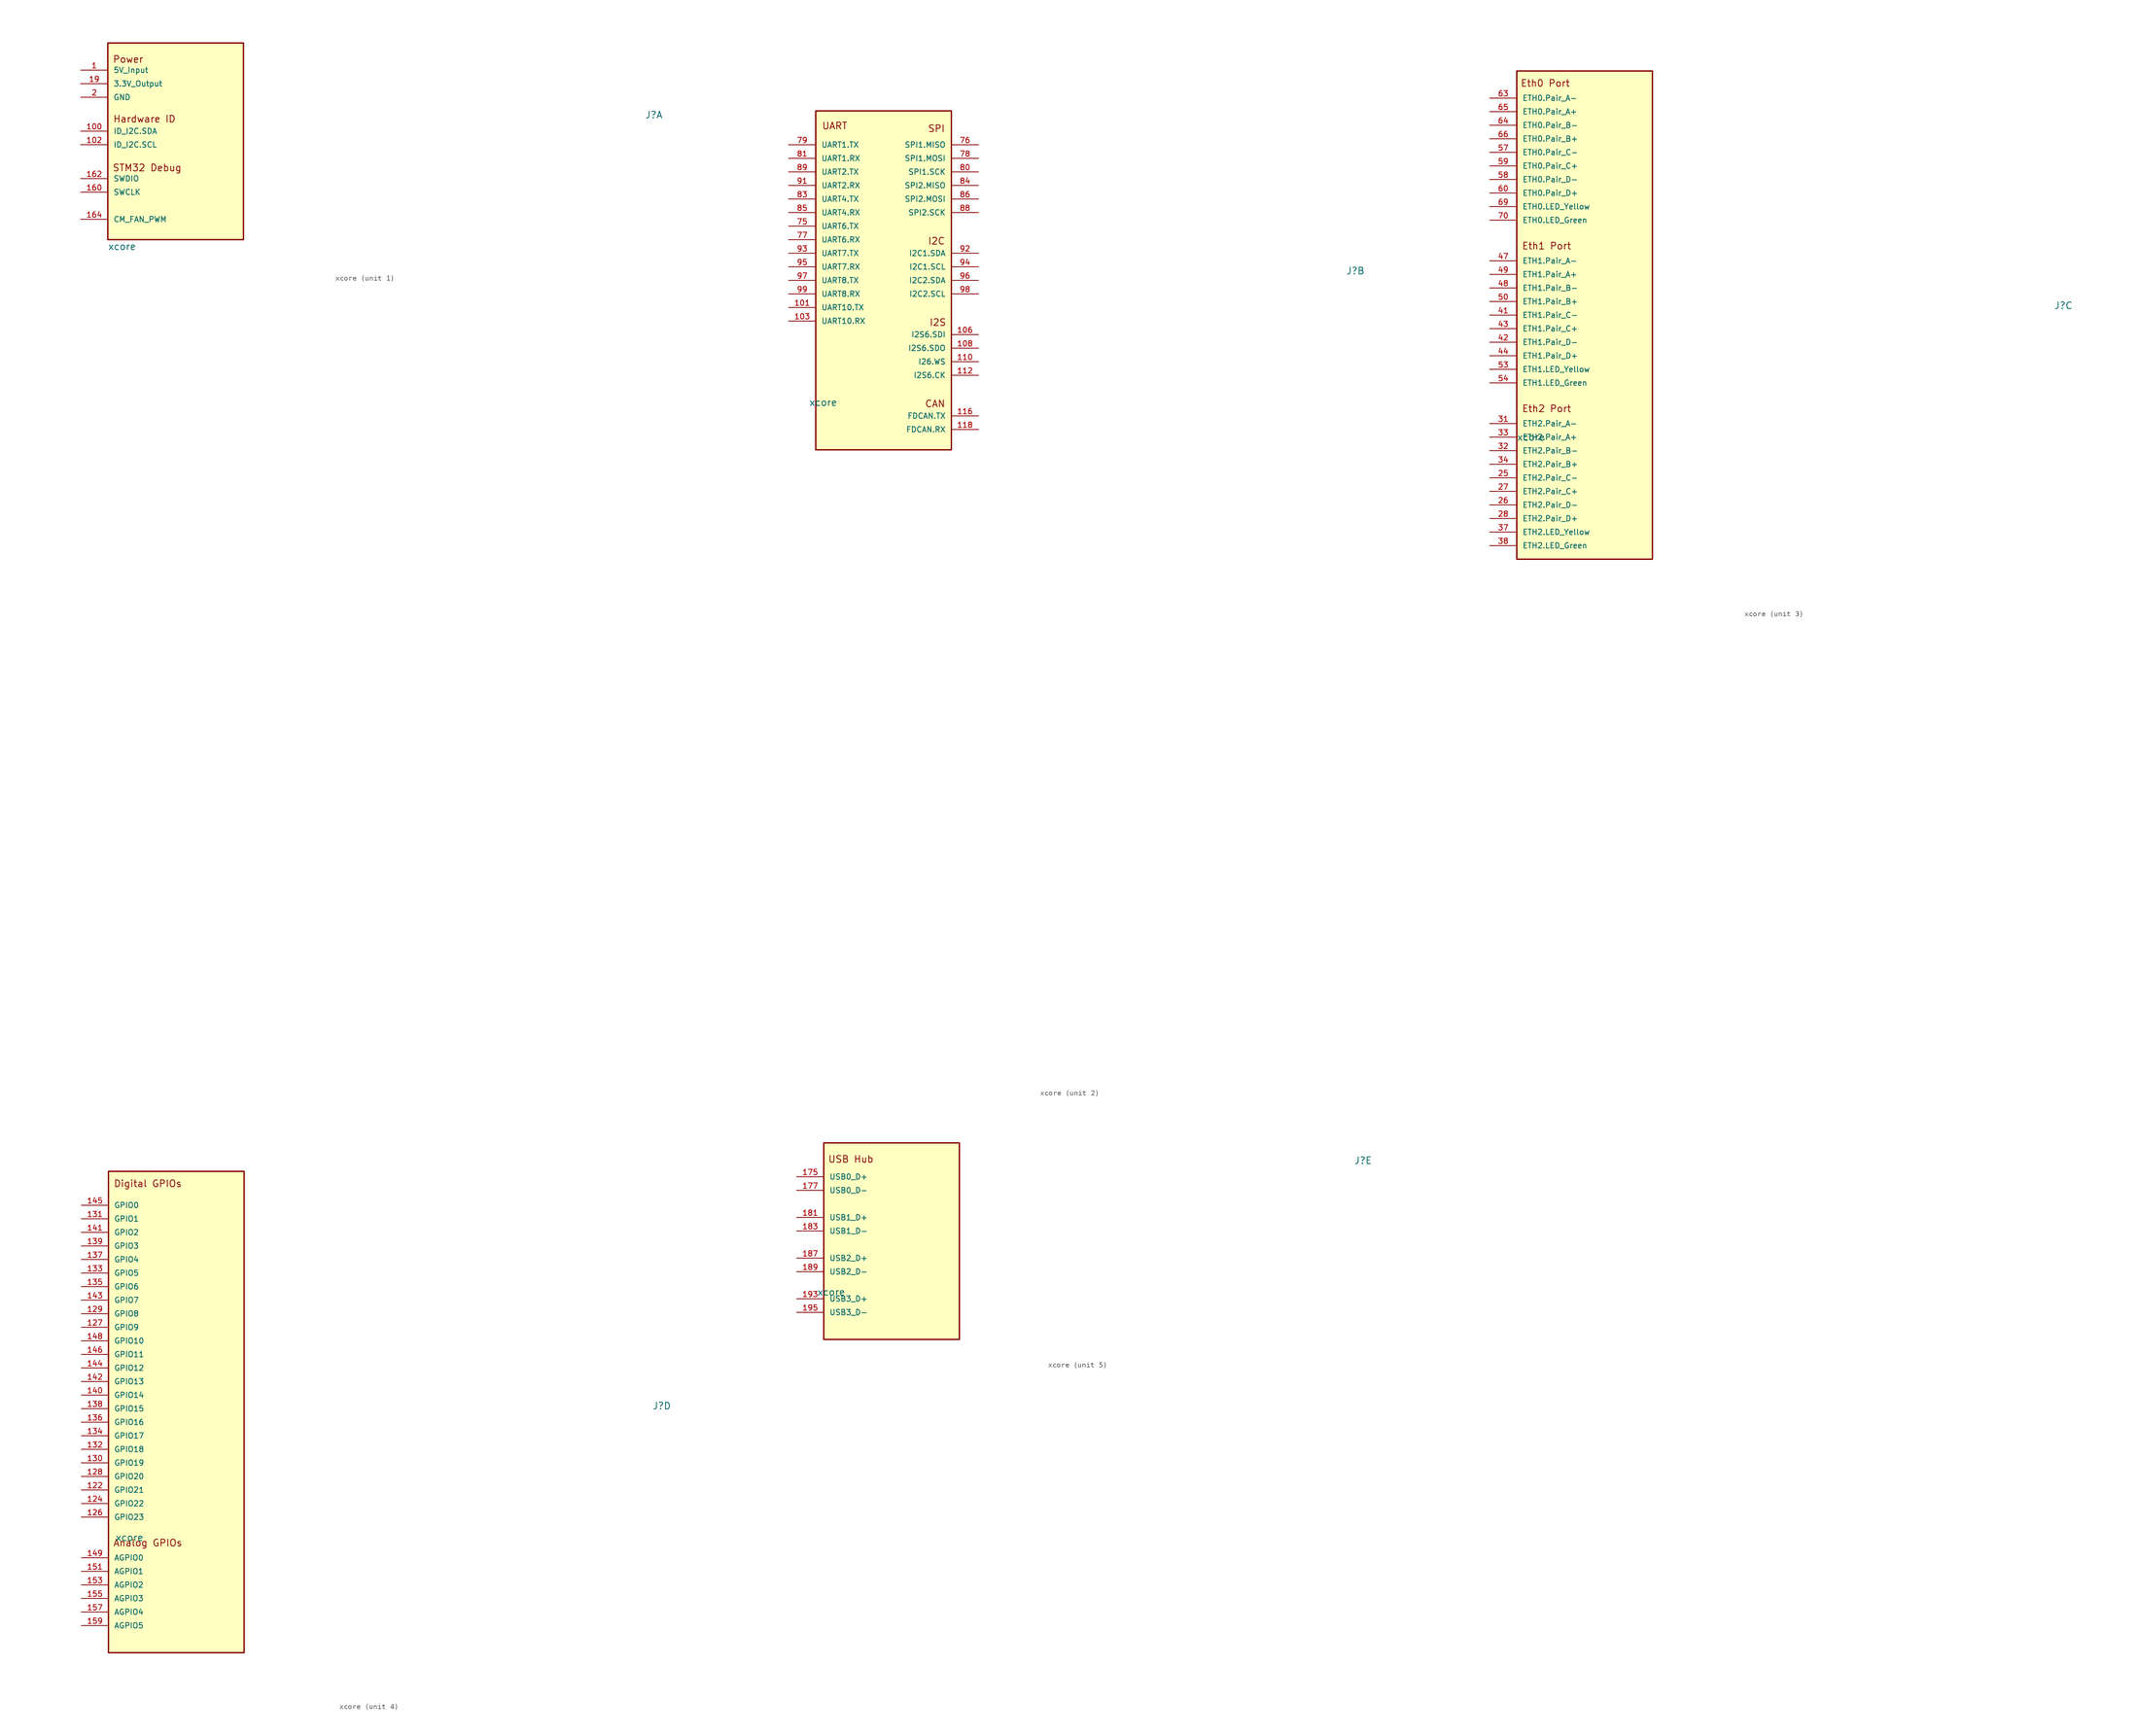
<source format=kicad_sym>
(kicad_symbol_lib
  (version 20231120)
  (generator "kicad_symbol_editor")
  (generator_version "8.0")
  (symbol "xcore"
    (pin_names
      (offset 1.016))
    (property "Reference" "J"
      (at 86.61 3.571 0)
      (effects (font (size 1.27 1.27)) (justify left bottom)))
    (property "Value" "xcore"
      (at -13.97 -21.082 0)
      (effects (font (size 1.27 1.27)) (justify left bottom)))
    (property "ki_locked" ""
      (at 0 0 0)
      (effects (font (size 1.27 1.27))))
    (symbol "xcore_1_0"
      (rectangle (start -13.97 17.78) (end 11.43 -19.05) (stroke (width 0.254) (type default)) (fill (type background)))
      (pin passive line (at -19.05 12.7 0) (length 5.08) (name "5V_Input" (effects (font (size 1.016 1.016)))) (number "1" (effects (font (size 1.016 1.016)))))
      (pin passive line (at -19.05 7.62 0) (length 5.08) hide (name "GND" (effects (font (size 1.016 1.016)))) (number "10" (effects (font (size 1.016 1.016)))))
      (pin passive line (at -19.05 1.27 0) (length 5.08) (name "ID_I2C.SDA" (effects (font (size 1.016 1.016)))) (number "100" (effects (font (size 1.016 1.016)))))
      (pin passive line (at -19.05 -1.27 0) (length 5.08) (name "ID_I2C.SCL" (effects (font (size 1.016 1.016)))) (number "102" (effects (font (size 1.016 1.016)))))
      (pin passive line (at -19.05 7.62 0) (length 5.08) hide (name "GND" (effects (font (size 1.016 1.016)))) (number "104" (effects (font (size 1.016 1.016)))))
      (pin passive line (at -19.05 12.7 0) (length 5.08) hide (name "5V_Input" (effects (font (size 1.016 1.016)))) (number "11" (effects (font (size 1.016 1.016)))))
      (pin passive line (at -19.05 7.62 0) (length 5.08) hide (name "GND" (effects (font (size 1.016 1.016)))) (number "114" (effects (font (size 1.016 1.016)))))
      (pin passive line (at -19.05 7.62 0) (length 5.08) hide (name "GND" (effects (font (size 1.016 1.016)))) (number "12" (effects (font (size 1.016 1.016)))))
      (pin passive line (at -19.05 7.62 0) (length 5.08) hide (name "GND" (effects (font (size 1.016 1.016)))) (number "120" (effects (font (size 1.016 1.016)))))
      (pin passive line (at -19.05 12.7 0) (length 5.08) hide (name "5V_Input" (effects (font (size 1.016 1.016)))) (number "13" (effects (font (size 1.016 1.016)))))
      (pin passive line (at -19.05 7.62 0) (length 5.08) hide (name "GND" (effects (font (size 1.016 1.016)))) (number "14" (effects (font (size 1.016 1.016)))))
      (pin passive line (at -19.05 7.62 0) (length 5.08) hide (name "GND" (effects (font (size 1.016 1.016)))) (number "147" (effects (font (size 1.016 1.016)))))
      (pin passive line (at -19.05 12.7 0) (length 5.08) hide (name "5V_Input" (effects (font (size 1.016 1.016)))) (number "15" (effects (font (size 1.016 1.016)))))
      (pin passive line (at -19.05 7.62 0) (length 5.08) hide (name "GND" (effects (font (size 1.016 1.016)))) (number "16" (effects (font (size 1.016 1.016)))))
      (pin passive line (at -19.05 -10.16 0) (length 5.08) (name "SWCLK" (effects (font (size 1.016 1.016)))) (number "160" (effects (font (size 1.016 1.016)))))
      (pin passive line (at -19.05 -7.62 0) (length 5.08) (name "SWDIO" (effects (font (size 1.016 1.016)))) (number "162" (effects (font (size 1.016 1.016)))))
      (pin passive line (at -19.05 -15.24 0) (length 5.08) (name "CM_FAN_PWM" (effects (font (size 1.016 1.016)))) (number "164" (effects (font (size 1.016 1.016)))))
      (pin passive line (at -19.05 7.62 0) (length 5.08) hide (name "GND" (effects (font (size 1.016 1.016)))) (number "168" (effects (font (size 1.016 1.016)))))
      (pin passive line (at -19.05 12.7 0) (length 5.08) hide (name "5V_Input" (effects (font (size 1.016 1.016)))) (number "17" (effects (font (size 1.016 1.016)))))
      (pin passive line (at -19.05 7.62 0) (length 5.08) hide (name "GND" (effects (font (size 1.016 1.016)))) (number "173" (effects (font (size 1.016 1.016)))))
      (pin passive line (at -19.05 7.62 0) (length 5.08) hide (name "GND" (effects (font (size 1.016 1.016)))) (number "174" (effects (font (size 1.016 1.016)))))
      (pin passive line (at -19.05 7.62 0) (length 5.08) hide (name "GND" (effects (font (size 1.016 1.016)))) (number "179" (effects (font (size 1.016 1.016)))))
      (pin passive line (at -19.05 7.62 0) (length 5.08) hide (name "GND" (effects (font (size 1.016 1.016)))) (number "18" (effects (font (size 1.016 1.016)))))
      (pin passive line (at -19.05 7.62 0) (length 5.08) hide (name "GND" (effects (font (size 1.016 1.016)))) (number "180" (effects (font (size 1.016 1.016)))))
      (pin passive line (at -19.05 7.62 0) (length 5.08) hide (name "GND" (effects (font (size 1.016 1.016)))) (number "185" (effects (font (size 1.016 1.016)))))
      (pin passive line (at -19.05 7.62 0) (length 5.08) hide (name "GND" (effects (font (size 1.016 1.016)))) (number "186" (effects (font (size 1.016 1.016)))))
      (pin passive line (at -19.05 10.16 0) (length 5.08) (name "3.3V_Output" (effects (font (size 1.016 1.016)))) (number "19" (effects (font (size 1.016 1.016)))))
      (pin passive line (at -19.05 7.62 0) (length 5.08) hide (name "GND" (effects (font (size 1.016 1.016)))) (number "191" (effects (font (size 1.016 1.016)))))
      (pin passive line (at -19.05 7.62 0) (length 5.08) hide (name "GND" (effects (font (size 1.016 1.016)))) (number "192" (effects (font (size 1.016 1.016)))))
      (pin passive line (at -19.05 7.62 0) (length 5.08) hide (name "GND" (effects (font (size 1.016 1.016)))) (number "197" (effects (font (size 1.016 1.016)))))
      (pin passive line (at -19.05 7.62 0) (length 5.08) hide (name "GND" (effects (font (size 1.016 1.016)))) (number "198" (effects (font (size 1.016 1.016)))))
      (pin passive line (at -19.05 7.62 0) (length 5.08) (name "GND" (effects (font (size 1.016 1.016)))) (number "2" (effects (font (size 1.016 1.016)))))
      (pin no_connect line (at 16.51 11.43 180) (length 5.08) hide (name "P20" (effects (font (size 1.016 1.016)))) (number "20" (effects (font (size 1.016 1.016)))))
      (pin passive line (at -19.05 7.62 0) (length 5.08) hide (name "GND" (effects (font (size 1.016 1.016)))) (number "203" (effects (font (size 1.016 1.016)))))
      (pin passive line (at -19.05 7.62 0) (length 5.08) hide (name "GND" (effects (font (size 1.016 1.016)))) (number "204" (effects (font (size 1.016 1.016)))))
      (pin passive line (at -19.05 10.16 0) (length 5.08) hide (name "3.3V_Output" (effects (font (size 1.016 1.016)))) (number "21" (effects (font (size 1.016 1.016)))))
      (pin no_connect line (at 16.51 8.89 180) (length 5.08) hide (name "P22" (effects (font (size 1.016 1.016)))) (number "22" (effects (font (size 1.016 1.016)))))
      (pin passive line (at -19.05 7.62 0) (length 5.08) hide (name "GND" (effects (font (size 1.016 1.016)))) (number "23" (effects (font (size 1.016 1.016)))))
      (pin passive line (at -19.05 7.62 0) (length 5.08) hide (name "GND" (effects (font (size 1.016 1.016)))) (number "24" (effects (font (size 1.016 1.016)))))
      (pin passive line (at -19.05 7.62 0) (length 5.08) hide (name "GND" (effects (font (size 1.016 1.016)))) (number "29" (effects (font (size 1.016 1.016)))))
      (pin passive line (at -19.05 12.7 0) (length 5.08) hide (name "5V_Input" (effects (font (size 1.016 1.016)))) (number "3" (effects (font (size 1.016 1.016)))))
      (pin passive line (at -19.05 7.62 0) (length 5.08) hide (name "GND" (effects (font (size 1.016 1.016)))) (number "30" (effects (font (size 1.016 1.016)))))
      (pin passive line (at -19.05 7.62 0) (length 5.08) hide (name "GND" (effects (font (size 1.016 1.016)))) (number "35" (effects (font (size 1.016 1.016)))))
      (pin passive line (at -19.05 7.62 0) (length 5.08) hide (name "GND" (effects (font (size 1.016 1.016)))) (number "36" (effects (font (size 1.016 1.016)))))
      (pin passive line (at -19.05 7.62 0) (length 5.08) hide (name "GND" (effects (font (size 1.016 1.016)))) (number "39" (effects (font (size 1.016 1.016)))))
      (pin passive line (at -19.05 7.62 0) (length 5.08) hide (name "GND" (effects (font (size 1.016 1.016)))) (number "4" (effects (font (size 1.016 1.016)))))
      (pin passive line (at -19.05 7.62 0) (length 5.08) hide (name "GND" (effects (font (size 1.016 1.016)))) (number "40" (effects (font (size 1.016 1.016)))))
      (pin passive line (at -19.05 7.62 0) (length 5.08) hide (name "GND" (effects (font (size 1.016 1.016)))) (number "45" (effects (font (size 1.016 1.016)))))
      (pin passive line (at -19.05 7.62 0) (length 5.08) hide (name "GND" (effects (font (size 1.016 1.016)))) (number "46" (effects (font (size 1.016 1.016)))))
      (pin passive line (at -19.05 12.7 0) (length 5.08) hide (name "5V_Input" (effects (font (size 1.016 1.016)))) (number "5" (effects (font (size 1.016 1.016)))))
      (pin passive line (at -19.05 7.62 0) (length 5.08) hide (name "GND" (effects (font (size 1.016 1.016)))) (number "51" (effects (font (size 1.016 1.016)))))
      (pin passive line (at -19.05 7.62 0) (length 5.08) hide (name "GND" (effects (font (size 1.016 1.016)))) (number "52" (effects (font (size 1.016 1.016)))))
      (pin passive line (at -19.05 7.62 0) (length 5.08) hide (name "GND" (effects (font (size 1.016 1.016)))) (number "55" (effects (font (size 1.016 1.016)))))
      (pin passive line (at -19.05 7.62 0) (length 5.08) hide (name "GND" (effects (font (size 1.016 1.016)))) (number "56" (effects (font (size 1.016 1.016)))))
      (pin passive line (at -19.05 7.62 0) (length 5.08) hide (name "GND" (effects (font (size 1.016 1.016)))) (number "6" (effects (font (size 1.016 1.016)))))
      (pin passive line (at -19.05 7.62 0) (length 5.08) hide (name "GND" (effects (font (size 1.016 1.016)))) (number "61" (effects (font (size 1.016 1.016)))))
      (pin passive line (at -19.05 7.62 0) (length 5.08) hide (name "GND" (effects (font (size 1.016 1.016)))) (number "62" (effects (font (size 1.016 1.016)))))
      (pin passive line (at -19.05 7.62 0) (length 5.08) hide (name "GND" (effects (font (size 1.016 1.016)))) (number "67" (effects (font (size 1.016 1.016)))))
      (pin passive line (at -19.05 7.62 0) (length 5.08) hide (name "GND" (effects (font (size 1.016 1.016)))) (number "68" (effects (font (size 1.016 1.016)))))
      (pin passive line (at -19.05 12.7 0) (length 5.08) hide (name "5V_Input" (effects (font (size 1.016 1.016)))) (number "7" (effects (font (size 1.016 1.016)))))
      (pin passive line (at -19.05 7.62 0) (length 5.08) hide (name "GND" (effects (font (size 1.016 1.016)))) (number "71" (effects (font (size 1.016 1.016)))))
      (pin passive line (at -19.05 7.62 0) (length 5.08) hide (name "GND" (effects (font (size 1.016 1.016)))) (number "72" (effects (font (size 1.016 1.016)))))
      (pin passive line (at -19.05 7.62 0) (length 5.08) hide (name "GND" (effects (font (size 1.016 1.016)))) (number "73" (effects (font (size 1.016 1.016)))))
      (pin passive line (at -19.05 7.62 0) (length 5.08) hide (name "GND" (effects (font (size 1.016 1.016)))) (number "74" (effects (font (size 1.016 1.016)))))
      (pin passive line (at -19.05 7.62 0) (length 5.08) hide (name "GND" (effects (font (size 1.016 1.016)))) (number "8" (effects (font (size 1.016 1.016)))))
      (pin passive line (at -19.05 7.62 0) (length 5.08) hide (name "GND" (effects (font (size 1.016 1.016)))) (number "82" (effects (font (size 1.016 1.016)))))
      (pin passive line (at -19.05 7.62 0) (length 5.08) hide (name "GND" (effects (font (size 1.016 1.016)))) (number "87" (effects (font (size 1.016 1.016)))))
      (pin passive line (at -19.05 12.7 0) (length 5.08) hide (name "5V_Input" (effects (font (size 1.016 1.016)))) (number "9" (effects (font (size 1.016 1.016)))))
      (pin passive line (at -19.05 7.62 0) (length 5.08) hide (name "GND" (effects (font (size 1.016 1.016)))) (number "90" (effects (font (size 1.016 1.016)))))
      (pin passive line (at -19.05 7.62 0) (length 5.08) hide (name "GND" (effects (font (size 1.016 1.016)))) (number "SH1" (effects (font (size 1.016 1.016)))))
      (pin passive line (at -19.05 7.62 0) (length 5.08) hide (name "GND" (effects (font (size 1.016 1.016)))) (number "SH2" (effects (font (size 1.016 1.016))))))
    (symbol "xcore_1_1"
      (text "Hardware ID" (at -7.112 3.556 0) (effects (font (size 1.27 1.27))))
      (text "Power" (at -10.16 14.732 0) (effects (font (size 1.27 1.27))))
      (text "STM32 Debug" (at -6.604 -5.588 0) (effects (font (size 1.27 1.27)))))
    (symbol "xcore_2_0"
      (rectangle (start -12.7 34.29) (end 12.7 -29.21) (stroke (width 0.254) (type default)) (fill (type background)))
      (pin passive line (at -17.78 -2.54 0) (length 5.08) (name "UART10.TX" (effects (font (size 1.016 1.016)))) (number "101" (effects (font (size 1.016 1.016)))))
      (pin passive line (at -17.78 -5.08 0) (length 5.08) (name "UART10.RX" (effects (font (size 1.016 1.016)))) (number "103" (effects (font (size 1.016 1.016)))))
      (pin no_connect line (at -1.27 -39.37 0) (length 5.08) hide (name "P105" (effects (font (size 1.016 1.016)))) (number "105" (effects (font (size 1.016 1.016)))))
      (pin passive line (at 17.78 -7.62 180) (length 5.08) (name "I2S6.SDI" (effects (font (size 1.016 1.016)))) (number "106" (effects (font (size 1.016 1.016)))))
      (pin no_connect line (at -1.27 -41.91 0) (length 5.08) hide (name "P107" (effects (font (size 1.016 1.016)))) (number "107" (effects (font (size 1.016 1.016)))))
      (pin passive line (at 17.78 -10.16 180) (length 5.08) (name "I2S6.SDO" (effects (font (size 1.016 1.016)))) (number "108" (effects (font (size 1.016 1.016)))))
      (pin no_connect line (at -1.27 -44.45 0) (length 5.08) hide (name "P109" (effects (font (size 1.016 1.016)))) (number "109" (effects (font (size 1.016 1.016)))))
      (pin passive line (at 17.78 -12.7 180) (length 5.08) (name "I26.WS" (effects (font (size 1.016 1.016)))) (number "110" (effects (font (size 1.016 1.016)))))
      (pin no_connect line (at -1.27 -46.99 0) (length 5.08) hide (name "P111" (effects (font (size 1.016 1.016)))) (number "111" (effects (font (size 1.016 1.016)))))
      (pin passive line (at 17.78 -15.24 180) (length 5.08) (name "I2S6.CK" (effects (font (size 1.016 1.016)))) (number "112" (effects (font (size 1.016 1.016)))))
      (pin no_connect line (at -1.27 -49.53 0) (length 5.08) hide (name "P113" (effects (font (size 1.016 1.016)))) (number "113" (effects (font (size 1.016 1.016)))))
      (pin no_connect line (at -1.27 -52.07 0) (length 5.08) hide (name "P115" (effects (font (size 1.016 1.016)))) (number "115" (effects (font (size 1.016 1.016)))))
      (pin passive line (at 17.78 -22.86 180) (length 5.08) (name "FDCAN.TX" (effects (font (size 1.016 1.016)))) (number "116" (effects (font (size 1.016 1.016)))))
      (pin no_connect line (at -1.27 -54.61 0) (length 5.08) hide (name "P117" (effects (font (size 1.016 1.016)))) (number "117" (effects (font (size 1.016 1.016)))))
      (pin passive line (at 17.78 -25.4 180) (length 5.08) (name "FDCAN.RX" (effects (font (size 1.016 1.016)))) (number "118" (effects (font (size 1.016 1.016)))))
      (pin no_connect line (at -1.27 -57.15 0) (length 5.08) hide (name "P119" (effects (font (size 1.016 1.016)))) (number "119" (effects (font (size 1.016 1.016)))))
      (pin no_connect line (at -1.27 -59.69 0) (length 5.08) hide (name "P121" (effects (font (size 1.016 1.016)))) (number "121" (effects (font (size 1.016 1.016)))))
      (pin no_connect line (at -1.27 -62.23 0) (length 5.08) hide (name "P123" (effects (font (size 1.016 1.016)))) (number "123" (effects (font (size 1.016 1.016)))))
      (pin no_connect line (at -1.27 -64.77 0) (length 5.08) hide (name "P125" (effects (font (size 1.016 1.016)))) (number "125" (effects (font (size 1.016 1.016)))))
      (pin no_connect line (at -1.27 -67.31 0) (length 5.08) hide (name "P150" (effects (font (size 1.016 1.016)))) (number "150" (effects (font (size 1.016 1.016)))))
      (pin no_connect line (at -1.27 -69.85 0) (length 5.08) hide (name "P152" (effects (font (size 1.016 1.016)))) (number "152" (effects (font (size 1.016 1.016)))))
      (pin no_connect line (at -1.27 -72.39 0) (length 5.08) hide (name "P154" (effects (font (size 1.016 1.016)))) (number "154" (effects (font (size 1.016 1.016)))))
      (pin no_connect line (at -1.27 -74.93 0) (length 5.08) hide (name "P156" (effects (font (size 1.016 1.016)))) (number "156" (effects (font (size 1.016 1.016)))))
      (pin no_connect line (at -1.27 -77.47 0) (length 5.08) hide (name "P158" (effects (font (size 1.016 1.016)))) (number "158" (effects (font (size 1.016 1.016)))))
      (pin no_connect line (at -1.27 -86.36 0) (length 5.08) hide (name "P161" (effects (font (size 1.016 1.016)))) (number "161" (effects (font (size 1.016 1.016)))))
      (pin no_connect line (at -1.27 -88.9 0) (length 5.08) hide (name "P163" (effects (font (size 1.016 1.016)))) (number "163" (effects (font (size 1.016 1.016)))))
      (pin no_connect line (at -1.27 -91.44 0) (length 5.08) hide (name "P165" (effects (font (size 1.016 1.016)))) (number "165" (effects (font (size 1.016 1.016)))))
      (pin no_connect line (at -1.27 -101.6 0) (length 5.08) hide (name "P166" (effects (font (size 1.016 1.016)))) (number "166" (effects (font (size 1.016 1.016)))))
      (pin no_connect line (at -1.27 -93.98 0) (length 5.08) hide (name "P167" (effects (font (size 1.016 1.016)))) (number "167" (effects (font (size 1.016 1.016)))))
      (pin no_connect line (at -1.27 -96.52 0) (length 5.08) hide (name "P169" (effects (font (size 1.016 1.016)))) (number "169" (effects (font (size 1.016 1.016)))))
      (pin no_connect line (at -1.27 -104.14 0) (length 5.08) hide (name "P170" (effects (font (size 1.016 1.016)))) (number "170" (effects (font (size 1.016 1.016)))))
      (pin no_connect line (at -1.27 -99.06 0) (length 5.08) hide (name "P171" (effects (font (size 1.016 1.016)))) (number "171" (effects (font (size 1.016 1.016)))))
      (pin no_connect line (at -1.27 -106.68 0) (length 5.08) hide (name "P172" (effects (font (size 1.016 1.016)))) (number "172" (effects (font (size 1.016 1.016)))))
      (pin no_connect line (at -1.27 -109.22 0) (length 5.08) hide (name "P176" (effects (font (size 1.016 1.016)))) (number "176" (effects (font (size 1.016 1.016)))))
      (pin no_connect line (at -1.27 -111.76 0) (length 5.08) hide (name "P178" (effects (font (size 1.016 1.016)))) (number "178" (effects (font (size 1.016 1.016)))))
      (pin no_connect line (at -1.27 -114.3 0) (length 5.08) hide (name "P182" (effects (font (size 1.016 1.016)))) (number "182" (effects (font (size 1.016 1.016)))))
      (pin no_connect line (at -1.27 -116.84 0) (length 5.08) hide (name "P184" (effects (font (size 1.016 1.016)))) (number "184" (effects (font (size 1.016 1.016)))))
      (pin no_connect line (at -1.27 -119.38 0) (length 5.08) hide (name "P188" (effects (font (size 1.016 1.016)))) (number "188" (effects (font (size 1.016 1.016)))))
      (pin no_connect line (at -1.27 -121.92 0) (length 5.08) hide (name "P190" (effects (font (size 1.016 1.016)))) (number "190" (effects (font (size 1.016 1.016)))))
      (pin no_connect line (at -1.27 -124.46 0) (length 5.08) hide (name "P194" (effects (font (size 1.016 1.016)))) (number "194" (effects (font (size 1.016 1.016)))))
      (pin no_connect line (at -1.27 -127 0) (length 5.08) hide (name "P196" (effects (font (size 1.016 1.016)))) (number "196" (effects (font (size 1.016 1.016)))))
      (pin no_connect line (at -1.27 -80.01 0) (length 5.08) hide (name "P199" (effects (font (size 1.016 1.016)))) (number "199" (effects (font (size 1.016 1.016)))))
      (pin no_connect line (at -1.27 -129.54 0) (length 5.08) hide (name "P200" (effects (font (size 1.016 1.016)))) (number "200" (effects (font (size 1.016 1.016)))))
      (pin no_connect line (at -1.27 -82.55 0) (length 5.08) hide (name "P201" (effects (font (size 1.016 1.016)))) (number "201" (effects (font (size 1.016 1.016)))))
      (pin no_connect line (at -1.27 -132.08 0) (length 5.08) hide (name "P202" (effects (font (size 1.016 1.016)))) (number "202" (effects (font (size 1.016 1.016)))))
      (pin passive line (at -17.78 12.7 0) (length 5.08) (name "UART6.TX" (effects (font (size 1.016 1.016)))) (number "75" (effects (font (size 1.016 1.016)))))
      (pin passive line (at 17.78 27.94 180) (length 5.08) (name "SPI1.MISO" (effects (font (size 1.016 1.016)))) (number "76" (effects (font (size 1.016 1.016)))))
      (pin passive line (at -17.78 10.16 0) (length 5.08) (name "UART6.RX" (effects (font (size 1.016 1.016)))) (number "77" (effects (font (size 1.016 1.016)))))
      (pin passive line (at 17.78 25.4 180) (length 5.08) (name "SPI1.MOSI" (effects (font (size 1.016 1.016)))) (number "78" (effects (font (size 1.016 1.016)))))
      (pin passive line (at -17.78 27.94 0) (length 5.08) (name "UART1.TX" (effects (font (size 1.016 1.016)))) (number "79" (effects (font (size 1.016 1.016)))))
      (pin passive line (at 17.78 22.86 180) (length 5.08) (name "SPI1.SCK" (effects (font (size 1.016 1.016)))) (number "80" (effects (font (size 1.016 1.016)))))
      (pin passive line (at -17.78 25.4 0) (length 5.08) (name "UART1.RX" (effects (font (size 1.016 1.016)))) (number "81" (effects (font (size 1.016 1.016)))))
      (pin passive line (at -17.78 17.78 0) (length 5.08) (name "UART4.TX" (effects (font (size 1.016 1.016)))) (number "83" (effects (font (size 1.016 1.016)))))
      (pin passive line (at 17.78 20.32 180) (length 5.08) (name "SPI2.MISO" (effects (font (size 1.016 1.016)))) (number "84" (effects (font (size 1.016 1.016)))))
      (pin passive line (at -17.78 15.24 0) (length 5.08) (name "UART4.RX" (effects (font (size 1.016 1.016)))) (number "85" (effects (font (size 1.016 1.016)))))
      (pin passive line (at 17.78 17.78 180) (length 5.08) (name "SPI2.MOSI" (effects (font (size 1.016 1.016)))) (number "86" (effects (font (size 1.016 1.016)))))
      (pin passive line (at 17.78 15.24 180) (length 5.08) (name "SPI2.SCK" (effects (font (size 1.016 1.016)))) (number "88" (effects (font (size 1.016 1.016)))))
      (pin passive line (at -17.78 22.86 0) (length 5.08) (name "UART2.TX" (effects (font (size 1.016 1.016)))) (number "89" (effects (font (size 1.016 1.016)))))
      (pin passive line (at -17.78 20.32 0) (length 5.08) (name "UART2.RX" (effects (font (size 1.016 1.016)))) (number "91" (effects (font (size 1.016 1.016)))))
      (pin passive line (at 17.78 7.62 180) (length 5.08) (name "I2C1.SDA" (effects (font (size 1.016 1.016)))) (number "92" (effects (font (size 1.016 1.016)))))
      (pin passive line (at -17.78 7.62 0) (length 5.08) (name "UART7.TX" (effects (font (size 1.016 1.016)))) (number "93" (effects (font (size 1.016 1.016)))))
      (pin passive line (at 17.78 5.08 180) (length 5.08) (name "I2C1.SCL" (effects (font (size 1.016 1.016)))) (number "94" (effects (font (size 1.016 1.016)))))
      (pin passive line (at -17.78 5.08 0) (length 5.08) (name "UART7.RX" (effects (font (size 1.016 1.016)))) (number "95" (effects (font (size 1.016 1.016)))))
      (pin passive line (at 17.78 2.54 180) (length 5.08) (name "I2C2.SDA" (effects (font (size 1.016 1.016)))) (number "96" (effects (font (size 1.016 1.016)))))
      (pin passive line (at -17.78 2.54 0) (length 5.08) (name "UART8.TX" (effects (font (size 1.016 1.016)))) (number "97" (effects (font (size 1.016 1.016)))))
      (pin passive line (at 17.78 0 180) (length 5.08) (name "I2C2.SCL" (effects (font (size 1.016 1.016)))) (number "98" (effects (font (size 1.016 1.016)))))
      (pin passive line (at -17.78 0 0) (length 5.08) (name "UART8.RX" (effects (font (size 1.016 1.016)))) (number "99" (effects (font (size 1.016 1.016))))))
    (symbol "xcore_2_1"
      (text "CAN" (at 9.652 -20.574 0) (effects (font (size 1.27 1.27))))
      (text "I2C" (at 9.906 9.906 0) (effects (font (size 1.27 1.27))))
      (text "I2S" (at 10.16 -5.334 0) (effects (font (size 1.27 1.27))))
      (text "SPI" (at 9.906 30.988 0) (effects (font (size 1.27 1.27))))
      (text "UART" (at -9.144 31.496 0) (effects (font (size 1.27 1.27)))))
    (symbol "xcore_3_0"
      (rectangle (start -13.97 48.26) (end 11.43 -43.18) (stroke (width 0.254) (type default)) (fill (type background)))
      (pin passive line (at -19.05 -27.94 0) (length 5.08) (name "ETH2.Pair_C-" (effects (font (size 1.016 1.016)))) (number "25" (effects (font (size 1.016 1.016)))))
      (pin passive line (at -19.05 -33.02 0) (length 5.08) (name "ETH2.Pair_D-" (effects (font (size 1.016 1.016)))) (number "26" (effects (font (size 1.016 1.016)))))
      (pin passive line (at -19.05 -30.48 0) (length 5.08) (name "ETH2.Pair_C+" (effects (font (size 1.016 1.016)))) (number "27" (effects (font (size 1.016 1.016)))))
      (pin passive line (at -19.05 -35.56 0) (length 5.08) (name "ETH2.Pair_D+" (effects (font (size 1.016 1.016)))) (number "28" (effects (font (size 1.016 1.016)))))
      (pin passive line (at -19.05 -17.78 0) (length 5.08) (name "ETH2.Pair_A-" (effects (font (size 1.016 1.016)))) (number "31" (effects (font (size 1.016 1.016)))))
      (pin passive line (at -19.05 -22.86 0) (length 5.08) (name "ETH2.Pair_B-" (effects (font (size 1.016 1.016)))) (number "32" (effects (font (size 1.016 1.016)))))
      (pin passive line (at -19.05 -20.32 0) (length 5.08) (name "ETH2.Pair_A+" (effects (font (size 1.016 1.016)))) (number "33" (effects (font (size 1.016 1.016)))))
      (pin passive line (at -19.05 -25.4 0) (length 5.08) (name "ETH2.Pair_B+" (effects (font (size 1.016 1.016)))) (number "34" (effects (font (size 1.016 1.016)))))
      (pin passive line (at -19.05 -38.1 0) (length 5.08) (name "ETH2.LED_Yellow" (effects (font (size 1.016 1.016)))) (number "37" (effects (font (size 1.016 1.016)))))
      (pin passive line (at -19.05 -40.64 0) (length 5.08) (name "ETH2.LED_Green" (effects (font (size 1.016 1.016)))) (number "38" (effects (font (size 1.016 1.016)))))
      (pin passive line (at -19.05 2.54 0) (length 5.08) (name "ETH1.Pair_C-" (effects (font (size 1.016 1.016)))) (number "41" (effects (font (size 1.016 1.016)))))
      (pin passive line (at -19.05 -2.54 0) (length 5.08) (name "ETH1.Pair_D-" (effects (font (size 1.016 1.016)))) (number "42" (effects (font (size 1.016 1.016)))))
      (pin passive line (at -19.05 0 0) (length 5.08) (name "ETH1.Pair_C+" (effects (font (size 1.016 1.016)))) (number "43" (effects (font (size 1.016 1.016)))))
      (pin passive line (at -19.05 -5.08 0) (length 5.08) (name "ETH1.Pair_D+" (effects (font (size 1.016 1.016)))) (number "44" (effects (font (size 1.016 1.016)))))
      (pin passive line (at -19.05 12.7 0) (length 5.08) (name "ETH1.Pair_A-" (effects (font (size 1.016 1.016)))) (number "47" (effects (font (size 1.016 1.016)))))
      (pin passive line (at -19.05 7.62 0) (length 5.08) (name "ETH1.Pair_B-" (effects (font (size 1.016 1.016)))) (number "48" (effects (font (size 1.016 1.016)))))
      (pin passive line (at -19.05 10.16 0) (length 5.08) (name "ETH1.Pair_A+" (effects (font (size 1.016 1.016)))) (number "49" (effects (font (size 1.016 1.016)))))
      (pin passive line (at -19.05 5.08 0) (length 5.08) (name "ETH1.Pair_B+" (effects (font (size 1.016 1.016)))) (number "50" (effects (font (size 1.016 1.016)))))
      (pin passive line (at -19.05 -7.62 0) (length 5.08) (name "ETH1.LED_Yellow" (effects (font (size 1.016 1.016)))) (number "53" (effects (font (size 1.016 1.016)))))
      (pin passive line (at -19.05 -10.16 0) (length 5.08) (name "ETH1.LED_Green" (effects (font (size 1.016 1.016)))) (number "54" (effects (font (size 1.016 1.016)))))
      (pin passive line (at -19.05 33.02 0) (length 5.08) (name "ETH0.Pair_C-" (effects (font (size 1.016 1.016)))) (number "57" (effects (font (size 1.016 1.016)))))
      (pin passive line (at -19.05 27.94 0) (length 5.08) (name "ETH0.Pair_D-" (effects (font (size 1.016 1.016)))) (number "58" (effects (font (size 1.016 1.016)))))
      (pin passive line (at -19.05 30.48 0) (length 5.08) (name "ETH0.Pair_C+" (effects (font (size 1.016 1.016)))) (number "59" (effects (font (size 1.016 1.016)))))
      (pin passive line (at -19.05 25.4 0) (length 5.08) (name "ETH0.Pair_D+" (effects (font (size 1.016 1.016)))) (number "60" (effects (font (size 1.016 1.016)))))
      (pin passive line (at -19.05 43.18 0) (length 5.08) (name "ETH0.Pair_A-" (effects (font (size 1.016 1.016)))) (number "63" (effects (font (size 1.016 1.016)))))
      (pin passive line (at -19.05 38.1 0) (length 5.08) (name "ETH0.Pair_B-" (effects (font (size 1.016 1.016)))) (number "64" (effects (font (size 1.016 1.016)))))
      (pin passive line (at -19.05 40.64 0) (length 5.08) (name "ETH0.Pair_A+" (effects (font (size 1.016 1.016)))) (number "65" (effects (font (size 1.016 1.016)))))
      (pin passive line (at -19.05 35.56 0) (length 5.08) (name "ETH0.Pair_B+" (effects (font (size 1.016 1.016)))) (number "66" (effects (font (size 1.016 1.016)))))
      (pin passive line (at -19.05 22.86 0) (length 5.08) (name "ETH0.LED_Yellow" (effects (font (size 1.016 1.016)))) (number "69" (effects (font (size 1.016 1.016)))))
      (pin passive line (at -19.05 20.32 0) (length 5.08) (name "ETH0.LED_Green" (effects (font (size 1.016 1.016)))) (number "70" (effects (font (size 1.016 1.016))))))
    (symbol "xcore_3_1"
      (text "Eth0 Port" (at -8.636 45.974 0) (effects (font (size 1.27 1.27))))
      (text "Eth1 Port" (at -8.382 15.494 0) (effects (font (size 1.27 1.27))))
      (text "Eth2 Port" (at -8.382 -14.986 0) (effects (font (size 1.27 1.27)))))
    (symbol "xcore_4_0"
      (rectangle (start -15.24 48.26) (end 10.16 -41.91) (stroke (width 0.254) (type default)) (fill (type background)))
      (pin passive line (at -20.32 -11.43 0) (length 5.08) (name "GPIO21" (effects (font (size 1.016 1.016)))) (number "122" (effects (font (size 1.016 1.016)))))
      (pin passive line (at -20.32 -13.97 0) (length 5.08) (name "GPIO22" (effects (font (size 1.016 1.016)))) (number "124" (effects (font (size 1.016 1.016)))))
      (pin passive line (at -20.32 -16.51 0) (length 5.08) (name "GPIO23" (effects (font (size 1.016 1.016)))) (number "126" (effects (font (size 1.016 1.016)))))
      (pin passive line (at -20.32 19.05 0) (length 5.08) (name "GPIO9" (effects (font (size 1.016 1.016)))) (number "127" (effects (font (size 1.016 1.016)))))
      (pin passive line (at -20.32 -8.89 0) (length 5.08) (name "GPIO20" (effects (font (size 1.016 1.016)))) (number "128" (effects (font (size 1.016 1.016)))))
      (pin passive line (at -20.32 21.59 0) (length 5.08) (name "GPIO8" (effects (font (size 1.016 1.016)))) (number "129" (effects (font (size 1.016 1.016)))))
      (pin passive line (at -20.32 -6.35 0) (length 5.08) (name "GPIO19" (effects (font (size 1.016 1.016)))) (number "130" (effects (font (size 1.016 1.016)))))
      (pin passive line (at -20.32 39.37 0) (length 5.08) (name "GPIO1" (effects (font (size 1.016 1.016)))) (number "131" (effects (font (size 1.016 1.016)))))
      (pin passive line (at -20.32 -3.81 0) (length 5.08) (name "GPIO18" (effects (font (size 1.016 1.016)))) (number "132" (effects (font (size 1.016 1.016)))))
      (pin passive line (at -20.32 29.21 0) (length 5.08) (name "GPIO5" (effects (font (size 1.016 1.016)))) (number "133" (effects (font (size 1.016 1.016)))))
      (pin passive line (at -20.32 -1.27 0) (length 5.08) (name "GPIO17" (effects (font (size 1.016 1.016)))) (number "134" (effects (font (size 1.016 1.016)))))
      (pin passive line (at -20.32 26.67 0) (length 5.08) (name "GPIO6" (effects (font (size 1.016 1.016)))) (number "135" (effects (font (size 1.016 1.016)))))
      (pin passive line (at -20.32 1.27 0) (length 5.08) (name "GPIO16" (effects (font (size 1.016 1.016)))) (number "136" (effects (font (size 1.016 1.016)))))
      (pin passive line (at -20.32 31.75 0) (length 5.08) (name "GPIO4" (effects (font (size 1.016 1.016)))) (number "137" (effects (font (size 1.016 1.016)))))
      (pin passive line (at -20.32 3.81 0) (length 5.08) (name "GPIO15" (effects (font (size 1.016 1.016)))) (number "138" (effects (font (size 1.016 1.016)))))
      (pin passive line (at -20.32 34.29 0) (length 5.08) (name "GPIO3" (effects (font (size 1.016 1.016)))) (number "139" (effects (font (size 1.016 1.016)))))
      (pin passive line (at -20.32 6.35 0) (length 5.08) (name "GPIO14" (effects (font (size 1.016 1.016)))) (number "140" (effects (font (size 1.016 1.016)))))
      (pin passive line (at -20.32 36.83 0) (length 5.08) (name "GPIO2" (effects (font (size 1.016 1.016)))) (number "141" (effects (font (size 1.016 1.016)))))
      (pin passive line (at -20.32 8.89 0) (length 5.08) (name "GPIO13" (effects (font (size 1.016 1.016)))) (number "142" (effects (font (size 1.016 1.016)))))
      (pin passive line (at -20.32 24.13 0) (length 5.08) (name "GPIO7" (effects (font (size 1.016 1.016)))) (number "143" (effects (font (size 1.016 1.016)))))
      (pin passive line (at -20.32 11.43 0) (length 5.08) (name "GPIO12" (effects (font (size 1.016 1.016)))) (number "144" (effects (font (size 1.016 1.016)))))
      (pin passive line (at -20.32 41.91 0) (length 5.08) (name "GPIO0" (effects (font (size 1.016 1.016)))) (number "145" (effects (font (size 1.016 1.016)))))
      (pin passive line (at -20.32 13.97 0) (length 5.08) (name "GPIO11" (effects (font (size 1.016 1.016)))) (number "146" (effects (font (size 1.016 1.016)))))
      (pin passive line (at -20.32 16.51 0) (length 5.08) (name "GPIO10" (effects (font (size 1.016 1.016)))) (number "148" (effects (font (size 1.016 1.016)))))
      (pin passive line (at -20.32 -24.13 0) (length 5.08) (name "AGPIO0" (effects (font (size 1.016 1.016)))) (number "149" (effects (font (size 1.016 1.016)))))
      (pin passive line (at -20.32 -26.67 0) (length 5.08) (name "AGPIO1" (effects (font (size 1.016 1.016)))) (number "151" (effects (font (size 1.016 1.016)))))
      (pin passive line (at -20.32 -29.21 0) (length 5.08) (name "AGPIO2" (effects (font (size 1.016 1.016)))) (number "153" (effects (font (size 1.016 1.016)))))
      (pin passive line (at -20.32 -31.75 0) (length 5.08) (name "AGPIO3" (effects (font (size 1.016 1.016)))) (number "155" (effects (font (size 1.016 1.016)))))
      (pin passive line (at -20.32 -34.29 0) (length 5.08) (name "AGPIO4" (effects (font (size 1.016 1.016)))) (number "157" (effects (font (size 1.016 1.016)))))
      (pin passive line (at -20.32 -36.83 0) (length 5.08) (name "AGPIO5" (effects (font (size 1.016 1.016)))) (number "159" (effects (font (size 1.016 1.016))))))
    (symbol "xcore_4_1"
      (text "Analog GPIOs" (at -7.874 -21.336 0) (effects (font (size 1.27 1.27))))
      (text "Digital GPIOs" (at -7.874 45.974 0) (effects (font (size 1.27 1.27)))))
    (symbol "xcore_5_0"
      (rectangle (start -12.7 7.62) (end 12.7 -29.21) (stroke (width 0.254) (type default)) (fill (type background)))
      (pin passive line (at -17.78 1.27 0) (length 5.08) (name "USB0_D+" (effects (font (size 1.016 1.016)))) (number "175" (effects (font (size 1.016 1.016)))))
      (pin passive line (at -17.78 -1.27 0) (length 5.08) (name "USB0_D-" (effects (font (size 1.016 1.016)))) (number "177" (effects (font (size 1.016 1.016)))))
      (pin passive line (at -17.78 -6.35 0) (length 5.08) (name "USB1_D+" (effects (font (size 1.016 1.016)))) (number "181" (effects (font (size 1.016 1.016)))))
      (pin passive line (at -17.78 -8.89 0) (length 5.08) (name "USB1_D-" (effects (font (size 1.016 1.016)))) (number "183" (effects (font (size 1.016 1.016)))))
      (pin passive line (at -17.78 -13.97 0) (length 5.08) (name "USB2_D+" (effects (font (size 1.016 1.016)))) (number "187" (effects (font (size 1.016 1.016)))))
      (pin passive line (at -17.78 -16.51 0) (length 5.08) (name "USB2_D-" (effects (font (size 1.016 1.016)))) (number "189" (effects (font (size 1.016 1.016)))))
      (pin passive line (at -17.78 -21.59 0) (length 5.08) (name "USB3_D+" (effects (font (size 1.016 1.016)))) (number "193" (effects (font (size 1.016 1.016)))))
      (pin passive line (at -17.78 -24.13 0) (length 5.08) (name "USB3_D-" (effects (font (size 1.016 1.016)))) (number "195" (effects (font (size 1.016 1.016))))))
    (symbol "xcore_5_1"
      (text "USB Hub" (at -7.62 4.572 0) (effects (font (size 1.27 1.27)))))))
</source>
